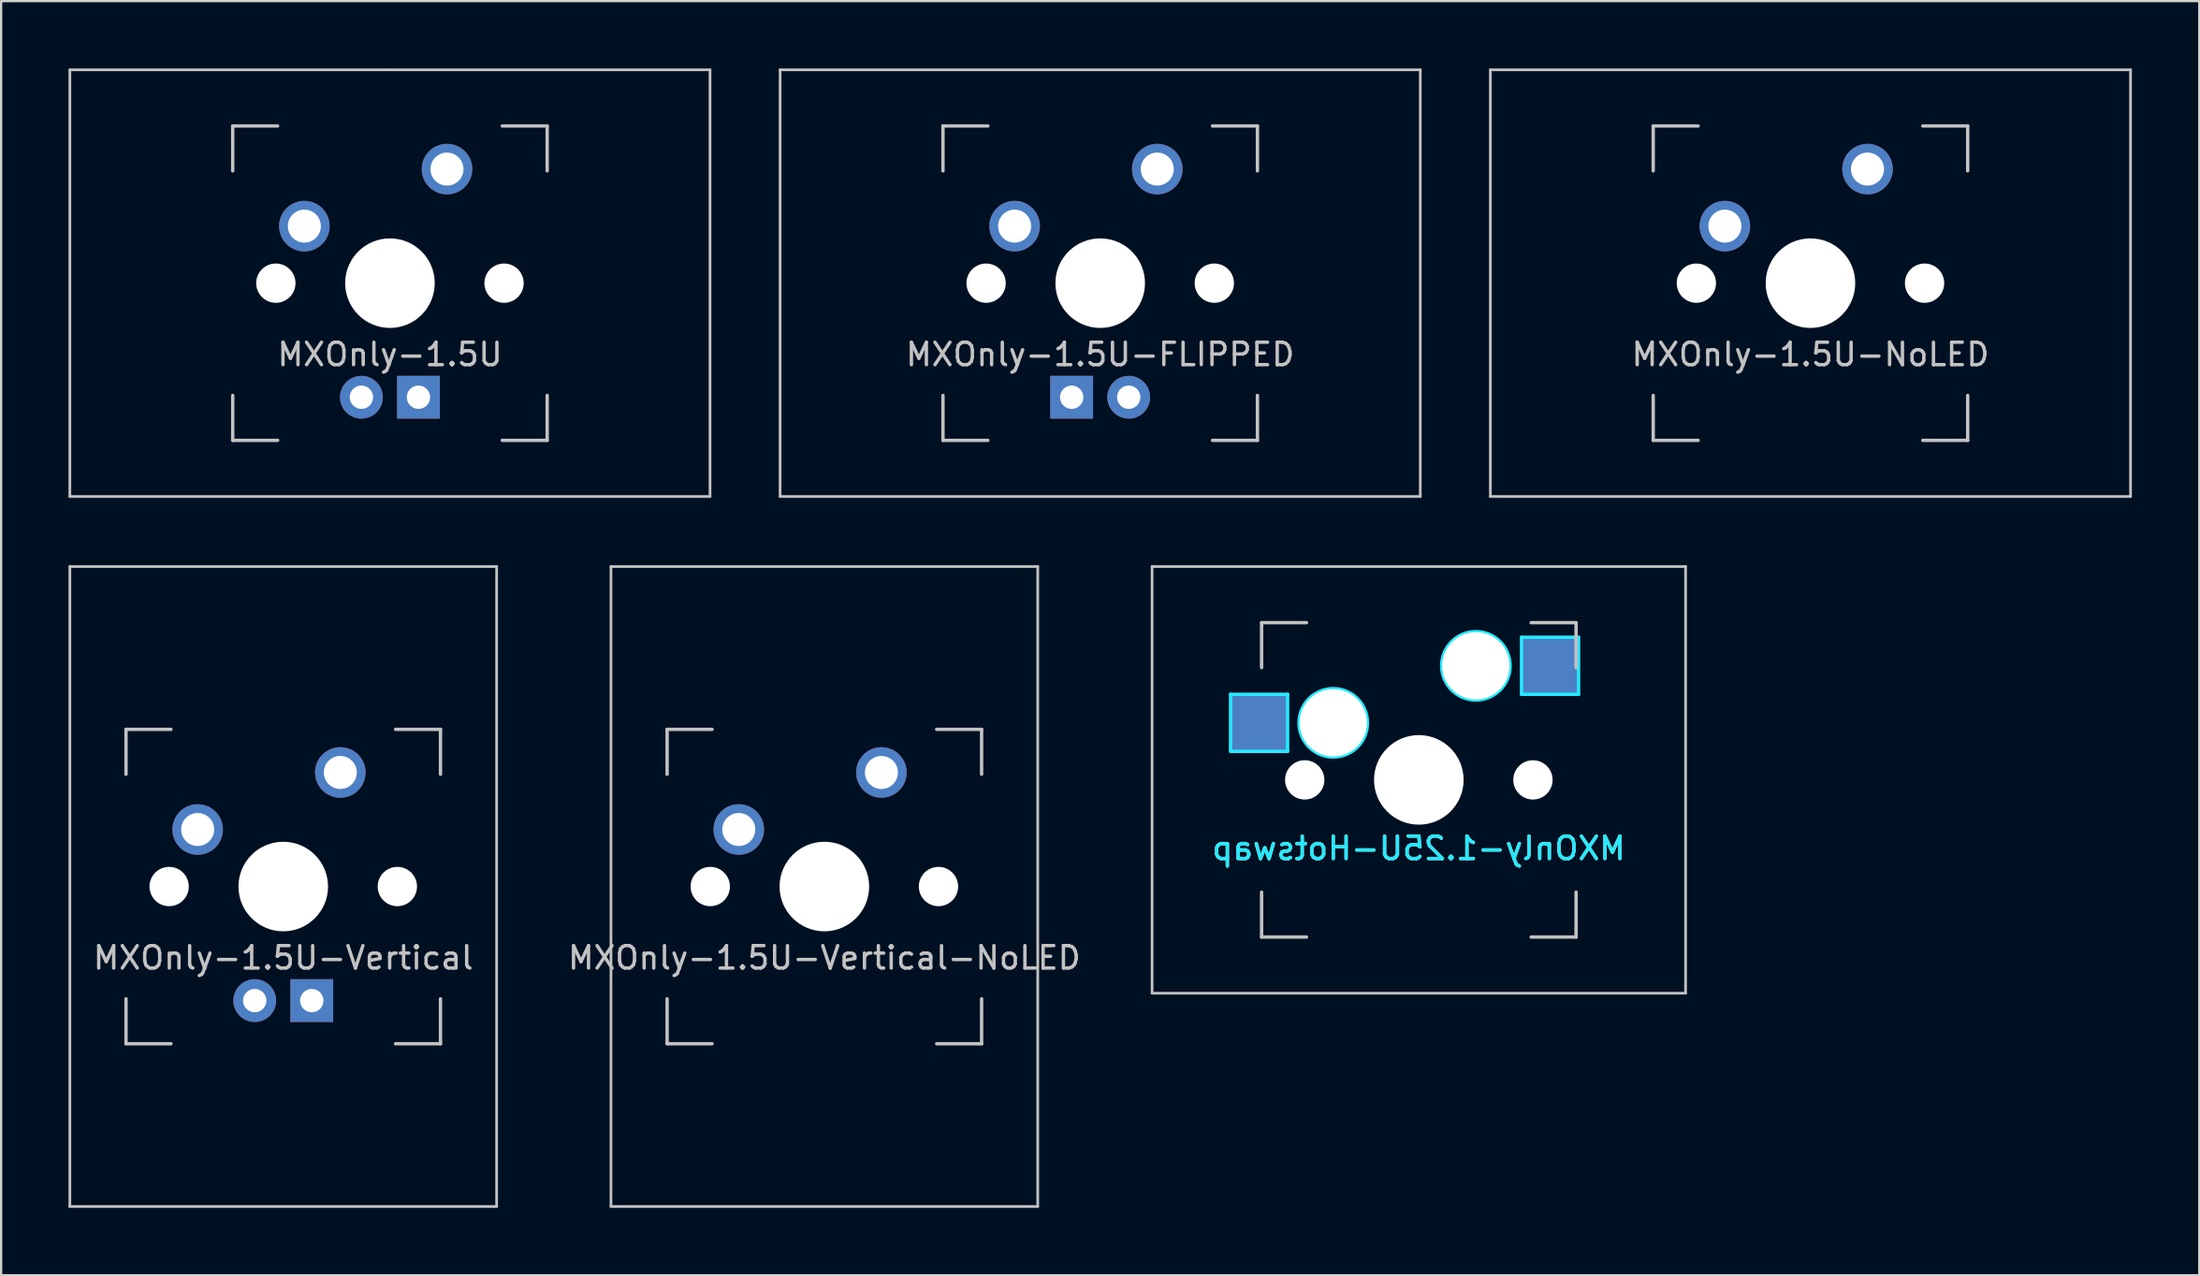
<source format=kicad_pcb>
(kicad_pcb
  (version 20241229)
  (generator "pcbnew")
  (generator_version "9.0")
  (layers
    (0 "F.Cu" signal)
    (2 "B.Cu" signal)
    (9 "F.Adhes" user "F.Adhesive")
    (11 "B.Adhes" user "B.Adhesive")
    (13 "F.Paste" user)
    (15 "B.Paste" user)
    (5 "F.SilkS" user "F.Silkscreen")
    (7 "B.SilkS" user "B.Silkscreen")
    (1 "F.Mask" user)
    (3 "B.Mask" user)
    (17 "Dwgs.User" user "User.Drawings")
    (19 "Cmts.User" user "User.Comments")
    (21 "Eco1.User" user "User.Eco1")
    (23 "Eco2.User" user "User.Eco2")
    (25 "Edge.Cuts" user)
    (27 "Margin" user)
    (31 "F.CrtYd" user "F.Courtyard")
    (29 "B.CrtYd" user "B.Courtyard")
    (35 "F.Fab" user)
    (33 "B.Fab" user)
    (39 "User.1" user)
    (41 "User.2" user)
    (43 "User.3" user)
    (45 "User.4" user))
  (footprint "MXOnly-1.5U-Vertical"
    (layer "F.Cu")
    (at 9.56 36.43)
    (property "Reference" "MXOnly-1.5U-Vertical" (at 0 3.175 0) (layer "Dwgs.User") (effects (font (size 1 1) (thickness 0.15))))
    (attr through_hole)
    (fp_line (start -9.5 -14.25) (end -9.5 14.25) (stroke (width 0.12) (type solid)) (layer "Dwgs.User"))
    (fp_line (start -9.5 14.25) (end 9.5 14.25) (stroke (width 0.12) (type solid)) (layer "Dwgs.User"))
    (fp_line (start -7 -7) (end -7 -5) (stroke (width 0.15) (type solid)) (layer "Dwgs.User"))
    (fp_line (start -7 5) (end -7 7) (stroke (width 0.15) (type solid)) (layer "Dwgs.User"))
    (fp_line (start -7 7) (end -5 7) (stroke (width 0.15) (type solid)) (layer "Dwgs.User"))
    (fp_line (start -5 -7) (end -7 -7) (stroke (width 0.15) (type solid)) (layer "Dwgs.User"))
    (fp_line (start 5 -7) (end 7 -7) (stroke (width 0.15) (type solid)) (layer "Dwgs.User"))
    (fp_line (start 5 7) (end 7 7) (stroke (width 0.15) (type solid)) (layer "Dwgs.User"))
    (fp_line (start 7 -7) (end 7 -5) (stroke (width 0.15) (type solid)) (layer "Dwgs.User"))
    (fp_line (start 7 7) (end 7 5) (stroke (width 0.15) (type solid)) (layer "Dwgs.User"))
    (fp_line (start 9.5 -14.25) (end -9.5 -14.25) (stroke (width 0.12) (type solid)) (layer "Dwgs.User"))
    (fp_line (start 9.5 14.25) (end 9.5 -14.25) (stroke (width 0.12) (type solid)) (layer "Dwgs.User"))
    (pad "" np_thru_hole circle (at -5.08 0 48.1) (size 1.75 1.75) (drill 1.75) (layers "*.Cu" "*.Mask"))
    (pad "" np_thru_hole circle (at 0 0) (size 3.988 3.988) (drill 3.988) (layers "*.Cu" "*.Mask"))
    (pad "" np_thru_hole circle (at 5.08 0 48.1) (size 1.75 1.75) (drill 1.75) (layers "*.Cu" "*.Mask"))
    (pad "1" thru_hole circle (at -3.81 -2.54) (size 2.25 2.25) (drill 1.47) (layers "*.Cu" "B.Mask"))
    (pad "2" thru_hole circle (at 2.54 -5.08) (size 2.25 2.25) (drill 1.47) (layers "*.Cu" "B.Mask"))
    (pad "3" thru_hole circle (at -1.27 5.08) (size 1.905 1.905) (drill 1.04) (layers "*.Cu" "B.Mask"))
    (pad "4" thru_hole rect (at 1.27 5.08) (size 1.905 1.905) (drill 1.04) (layers "*.Cu" "B.Mask")))
  (footprint "MXOnly-1.5U"
    (layer "F.Cu")
    (at 14.31 9.56)
    (property "Reference" "MXOnly-1.5U" (at 0 3.175 0) (layer "Dwgs.User") (effects (font (size 1 1) (thickness 0.15))))
    (attr through_hole)
    (fp_line (start -14.25 -9.5) (end -14.25 9.5) (stroke (width 0.12) (type solid)) (layer "Dwgs.User"))
    (fp_line (start -14.25 9.5) (end 14.25 9.5) (stroke (width 0.12) (type solid)) (layer "Dwgs.User"))
    (fp_line (start -7 -7) (end -7 -5) (stroke (width 0.15) (type solid)) (layer "Dwgs.User"))
    (fp_line (start -7 5) (end -7 7) (stroke (width 0.15) (type solid)) (layer "Dwgs.User"))
    (fp_line (start -7 7) (end -5 7) (stroke (width 0.15) (type solid)) (layer "Dwgs.User"))
    (fp_line (start -5 -7) (end -7 -7) (stroke (width 0.15) (type solid)) (layer "Dwgs.User"))
    (fp_line (start 0 -9.5) (end -14.25 -9.5) (stroke (width 0.12) (type solid)) (layer "Dwgs.User"))
    (fp_line (start 5 -7) (end 7 -7) (stroke (width 0.15) (type solid)) (layer "Dwgs.User"))
    (fp_line (start 5 7) (end 7 7) (stroke (width 0.15) (type solid)) (layer "Dwgs.User"))
    (fp_line (start 7 -7) (end 7 -5) (stroke (width 0.15) (type solid)) (layer "Dwgs.User"))
    (fp_line (start 7 7) (end 7 5) (stroke (width 0.15) (type solid)) (layer "Dwgs.User"))
    (fp_line (start 14.25 -9.5) (end 0 -9.5) (stroke (width 0.12) (type solid)) (layer "Dwgs.User"))
    (fp_line (start 14.25 9.5) (end 14.25 -9.5) (stroke (width 0.12) (type solid)) (layer "Dwgs.User"))
    (pad "" np_thru_hole circle (at -5.08 0 48.1) (size 1.75 1.75) (drill 1.75) (layers "*.Cu" "*.Mask"))
    (pad "" np_thru_hole circle (at 0 0) (size 3.988 3.988) (drill 3.988) (layers "*.Cu" "*.Mask"))
    (pad "" np_thru_hole circle (at 5.08 0 48.1) (size 1.75 1.75) (drill 1.75) (layers "*.Cu" "*.Mask"))
    (pad "1" thru_hole circle (at -3.81 -2.54) (size 2.25 2.25) (drill 1.47) (layers "*.Cu" "B.Mask"))
    (pad "2" thru_hole circle (at 2.54 -5.08) (size 2.25 2.25) (drill 1.47) (layers "*.Cu" "B.Mask"))
    (pad "3" thru_hole circle (at -1.27 5.08) (size 1.905 1.905) (drill 1.04) (layers "*.Cu" "B.Mask"))
    (pad "4" thru_hole rect (at 1.27 5.08) (size 1.905 1.905) (drill 1.04) (layers "*.Cu" "B.Mask")))
  (footprint "MXOnly-1.5U-FLIPPED"
    (layer "F.Cu")
    (at 45.93 9.56)
    (property "Reference" "MXOnly-1.5U-FLIPPED" (at 0 3.175 0) (layer "Dwgs.User") (effects (font (size 1 1) (thickness 0.15))))
    (attr through_hole)
    (fp_line (start -14.25 -9.5) (end -14.25 9.5) (stroke (width 0.12) (type solid)) (layer "Dwgs.User"))
    (fp_line (start -14.25 9.5) (end 14.25 9.5) (stroke (width 0.12) (type solid)) (layer "Dwgs.User"))
    (fp_line (start -7 -7) (end -7 -5) (stroke (width 0.15) (type solid)) (layer "Dwgs.User"))
    (fp_line (start -7 5) (end -7 7) (stroke (width 0.15) (type solid)) (layer "Dwgs.User"))
    (fp_line (start -7 7) (end -5 7) (stroke (width 0.15) (type solid)) (layer "Dwgs.User"))
    (fp_line (start -5 -7) (end -7 -7) (stroke (width 0.15) (type solid)) (layer "Dwgs.User"))
    (fp_line (start 5 -7) (end 7 -7) (stroke (width 0.15) (type solid)) (layer "Dwgs.User"))
    (fp_line (start 5 7) (end 7 7) (stroke (width 0.15) (type solid)) (layer "Dwgs.User"))
    (fp_line (start 7 -7) (end 7 -5) (stroke (width 0.15) (type solid)) (layer "Dwgs.User"))
    (fp_line (start 7 7) (end 7 5) (stroke (width 0.15) (type solid)) (layer "Dwgs.User"))
    (fp_line (start 14.25 -9.5) (end -14.25 -9.5) (stroke (width 0.12) (type solid)) (layer "Dwgs.User"))
    (fp_line (start 14.25 9.5) (end 14.25 -9.5) (stroke (width 0.12) (type solid)) (layer "Dwgs.User"))
    (pad "" np_thru_hole circle (at -5.08 0 48.1) (size 1.75 1.75) (drill 1.75) (layers "*.Cu" "*.Mask"))
    (pad "" np_thru_hole circle (at 0 0) (size 3.988 3.988) (drill 3.988) (layers "*.Cu" "*.Mask"))
    (pad "" np_thru_hole circle (at 5.08 0 48.1) (size 1.75 1.75) (drill 1.75) (layers "*.Cu" "*.Mask"))
    (pad "1" thru_hole circle (at -3.81 -2.54) (size 2.25 2.25) (drill 1.47) (layers "*.Cu" "B.Mask"))
    (pad "2" thru_hole circle (at 2.54 -5.08) (size 2.25 2.25) (drill 1.47) (layers "*.Cu" "B.Mask"))
    (pad "3" thru_hole circle (at 1.27 5.08) (size 1.905 1.905) (drill 1.04) (layers "*.Cu" "B.Mask"))
    (pad "4" thru_hole rect (at -1.27 5.08) (size 1.905 1.905) (drill 1.04) (layers "*.Cu" "B.Mask")))
  (footprint "MXOnly-1.5U-Vertical-NoLED"
    (layer "F.Cu")
    (at 33.65 36.43)
    (property "Reference" "MXOnly-1.5U-Vertical-NoLED" (at 0 3.175 0) (layer "Dwgs.User") (effects (font (size 1 1) (thickness 0.15))))
    (attr through_hole)
    (fp_line (start -9.5 -14.25) (end -9.5 14.25) (stroke (width 0.12) (type solid)) (layer "Dwgs.User"))
    (fp_line (start -9.5 14.25) (end 9.5 14.25) (stroke (width 0.12) (type solid)) (layer "Dwgs.User"))
    (fp_line (start -7 -7) (end -7 -5) (stroke (width 0.15) (type solid)) (layer "Dwgs.User"))
    (fp_line (start -7 5) (end -7 7) (stroke (width 0.15) (type solid)) (layer "Dwgs.User"))
    (fp_line (start -7 7) (end -5 7) (stroke (width 0.15) (type solid)) (layer "Dwgs.User"))
    (fp_line (start -5 -7) (end -7 -7) (stroke (width 0.15) (type solid)) (layer "Dwgs.User"))
    (fp_line (start 5 -7) (end 7 -7) (stroke (width 0.15) (type solid)) (layer "Dwgs.User"))
    (fp_line (start 5 7) (end 7 7) (stroke (width 0.15) (type solid)) (layer "Dwgs.User"))
    (fp_line (start 7 -7) (end 7 -5) (stroke (width 0.15) (type solid)) (layer "Dwgs.User"))
    (fp_line (start 7 7) (end 7 5) (stroke (width 0.15) (type solid)) (layer "Dwgs.User"))
    (fp_line (start 9.5 -14.25) (end -9.5 -14.25) (stroke (width 0.12) (type solid)) (layer "Dwgs.User"))
    (fp_line (start 9.5 14.25) (end 9.5 -14.25) (stroke (width 0.12) (type solid)) (layer "Dwgs.User"))
    (pad "" np_thru_hole circle (at -5.08 0 48.1) (size 1.75 1.75) (drill 1.75) (layers "*.Cu" "*.Mask"))
    (pad "" np_thru_hole circle (at 0 0) (size 3.988 3.988) (drill 3.988) (layers "*.Cu" "*.Mask"))
    (pad "" np_thru_hole circle (at 5.08 0 48.1) (size 1.75 1.75) (drill 1.75) (layers "*.Cu" "*.Mask"))
    (pad "1" thru_hole circle (at -3.81 -2.54) (size 2.25 2.25) (drill 1.47) (layers "*.Cu" "B.Mask"))
    (pad "2" thru_hole circle (at 2.54 -5.08) (size 2.25 2.25) (drill 1.47) (layers "*.Cu" "B.Mask")))
  (footprint "MXOnly-1.25U-Hotswap"
    (layer "F.Cu")
    (at 60.115 31.68)
    (property "Reference" "MXOnly-1.25U-Hotswap" (at 0 3.048 0) (layer "B.CrtYd") (effects (font (size 1 1) (thickness 0.15)) (justify mirror)))
    (attr smd)
    (fp_line (start -11.875 -9.5) (end -11.875 9.5) (stroke (width 0.12) (type solid)) (layer "Dwgs.User"))
    (fp_line (start -11.875 9.5) (end 11.875 9.5) (stroke (width 0.12) (type solid)) (layer "Dwgs.User"))
    (fp_line (start -7 -7) (end -7 -5) (stroke (width 0.15) (type solid)) (layer "Dwgs.User"))
    (fp_line (start -7 5) (end -7 7) (stroke (width 0.15) (type solid)) (layer "Dwgs.User"))
    (fp_line (start -7 7) (end -5 7) (stroke (width 0.15) (type solid)) (layer "Dwgs.User"))
    (fp_line (start -5 -7) (end -7 -7) (stroke (width 0.15) (type solid)) (layer "Dwgs.User"))
    (fp_line (start 5 -7) (end 7 -7) (stroke (width 0.15) (type solid)) (layer "Dwgs.User"))
    (fp_line (start 5 7) (end 7 7) (stroke (width 0.15) (type solid)) (layer "Dwgs.User"))
    (fp_line (start 7 -7) (end 7 -5) (stroke (width 0.15) (type solid)) (layer "Dwgs.User"))
    (fp_line (start 7 7) (end 7 5) (stroke (width 0.15) (type solid)) (layer "Dwgs.User"))
    (fp_line (start 11.875 -9.5) (end -11.875 -9.5) (stroke (width 0.12) (type solid)) (layer "Dwgs.User"))
    (fp_line (start 11.875 9.5) (end 11.875 -9.5) (stroke (width 0.12) (type solid)) (layer "Dwgs.User"))
    (fp_line (start -8.382 -3.81) (end -5.842 -3.81) (stroke (width 0.15) (type solid)) (layer "B.CrtYd"))
    (fp_line (start -8.382 -1.27) (end -8.382 -3.81) (stroke (width 0.15) (type solid)) (layer "B.CrtYd"))
    (fp_line (start -5.842 -3.81) (end -5.842 -1.27) (stroke (width 0.15) (type solid)) (layer "B.CrtYd"))
    (fp_line (start -5.842 -1.27) (end -8.382 -1.27) (stroke (width 0.15) (type solid)) (layer "B.CrtYd"))
    (fp_line (start 4.572 -6.35) (end 7.112 -6.35) (stroke (width 0.15) (type solid)) (layer "B.CrtYd"))
    (fp_line (start 4.572 -3.81) (end 4.572 -6.35) (stroke (width 0.15) (type solid)) (layer "B.CrtYd"))
    (fp_line (start 7.112 -6.35) (end 7.112 -3.81) (stroke (width 0.15) (type solid)) (layer "B.CrtYd"))
    (fp_line (start 7.112 -3.81) (end 4.572 -3.81) (stroke (width 0.15) (type solid)) (layer "B.CrtYd"))
    (fp_circle (center -3.81 -2.54) (end -3.81 -4.064) (stroke (width 0.15) (type solid)) (fill no) (layer "B.CrtYd"))
    (fp_circle (center 2.54 -5.08) (end 2.54 -6.604) (stroke (width 0.15) (type solid)) (fill no) (layer "B.CrtYd"))
    (fp_text user "${REFERENCE}" (at 0 3.048 0) (layer "B.SilkS") (effects (font (size 1 1) (thickness 0.15)) (justify mirror)))
    (pad "" np_thru_hole circle (at -5.08 0 48.1) (size 1.75 1.75) (drill 1.75) (layers "*.Cu" "*.Mask"))
    (pad "" np_thru_hole circle (at -3.81 -2.54) (size 3 3) (drill 3) (layers "*.Cu" "*.Mask"))
    (pad "" np_thru_hole circle (at 0 0) (size 3.988 3.988) (drill 3.988) (layers "*.Cu" "*.Mask"))
    (pad "" np_thru_hole circle (at 2.54 -5.08) (size 3 3) (drill 3) (layers "*.Cu" "*.Mask"))
    (pad "" np_thru_hole circle (at 5.08 0 48.1) (size 1.75 1.75) (drill 1.75) (layers "*.Cu" "*.Mask"))
    (pad "1" smd rect (at -7.085 -2.54) (size 2.55 2.5) (layers "B.Cu" "B.Mask" "B.Paste"))
    (pad "2" smd rect (at 5.842 -5.08) (size 2.55 2.5) (layers "B.Cu" "B.Mask" "B.Paste")))
  (footprint "MXOnly-1.5U-NoLED"
    (layer "F.Cu")
    (at 77.55 9.56)
    (property "Reference" "MXOnly-1.5U-NoLED" (at 0 3.175 0) (layer "Dwgs.User") (effects (font (size 1 1) (thickness 0.15))))
    (attr through_hole)
    (fp_line (start -14.25 -9.5) (end -14.25 9.5) (stroke (width 0.12) (type solid)) (layer "Dwgs.User"))
    (fp_line (start -14.25 9.5) (end 14.25 9.5) (stroke (width 0.12) (type solid)) (layer "Dwgs.User"))
    (fp_line (start -7 -7) (end -7 -5) (stroke (width 0.15) (type solid)) (layer "Dwgs.User"))
    (fp_line (start -7 5) (end -7 7) (stroke (width 0.15) (type solid)) (layer "Dwgs.User"))
    (fp_line (start -7 7) (end -5 7) (stroke (width 0.15) (type solid)) (layer "Dwgs.User"))
    (fp_line (start -5 -7) (end -7 -7) (stroke (width 0.15) (type solid)) (layer "Dwgs.User"))
    (fp_line (start 5 -7) (end 7 -7) (stroke (width 0.15) (type solid)) (layer "Dwgs.User"))
    (fp_line (start 5 7) (end 7 7) (stroke (width 0.15) (type solid)) (layer "Dwgs.User"))
    (fp_line (start 7 -7) (end 7 -5) (stroke (width 0.15) (type solid)) (layer "Dwgs.User"))
    (fp_line (start 7 7) (end 7 5) (stroke (width 0.15) (type solid)) (layer "Dwgs.User"))
    (fp_line (start 14.25 -9.5) (end -14.25 -9.5) (stroke (width 0.12) (type solid)) (layer "Dwgs.User"))
    (fp_line (start 14.25 9.5) (end 14.25 -9.5) (stroke (width 0.12) (type solid)) (layer "Dwgs.User"))
    (pad "" np_thru_hole circle (at -5.08 0 48.1) (size 1.75 1.75) (drill 1.75) (layers "*.Cu" "*.Mask"))
    (pad "" np_thru_hole circle (at 0 0) (size 3.988 3.988) (drill 3.988) (layers "*.Cu" "*.Mask"))
    (pad "" np_thru_hole circle (at 5.08 0 48.1) (size 1.75 1.75) (drill 1.75) (layers "*.Cu" "*.Mask"))
    (pad "1" thru_hole circle (at -3.81 -2.54) (size 2.25 2.25) (drill 1.47) (layers "*.Cu" "B.Mask"))
    (pad "2" thru_hole circle (at 2.54 -5.08) (size 2.25 2.25) (drill 1.47) (layers "*.Cu" "B.Mask")))
  (gr_rect
    (start -3 -3)
    (end 94.86 53.74)
    (stroke (width 0.1) (type default))
    (fill no)
    (layer "Edge.Cuts")))
</source>
